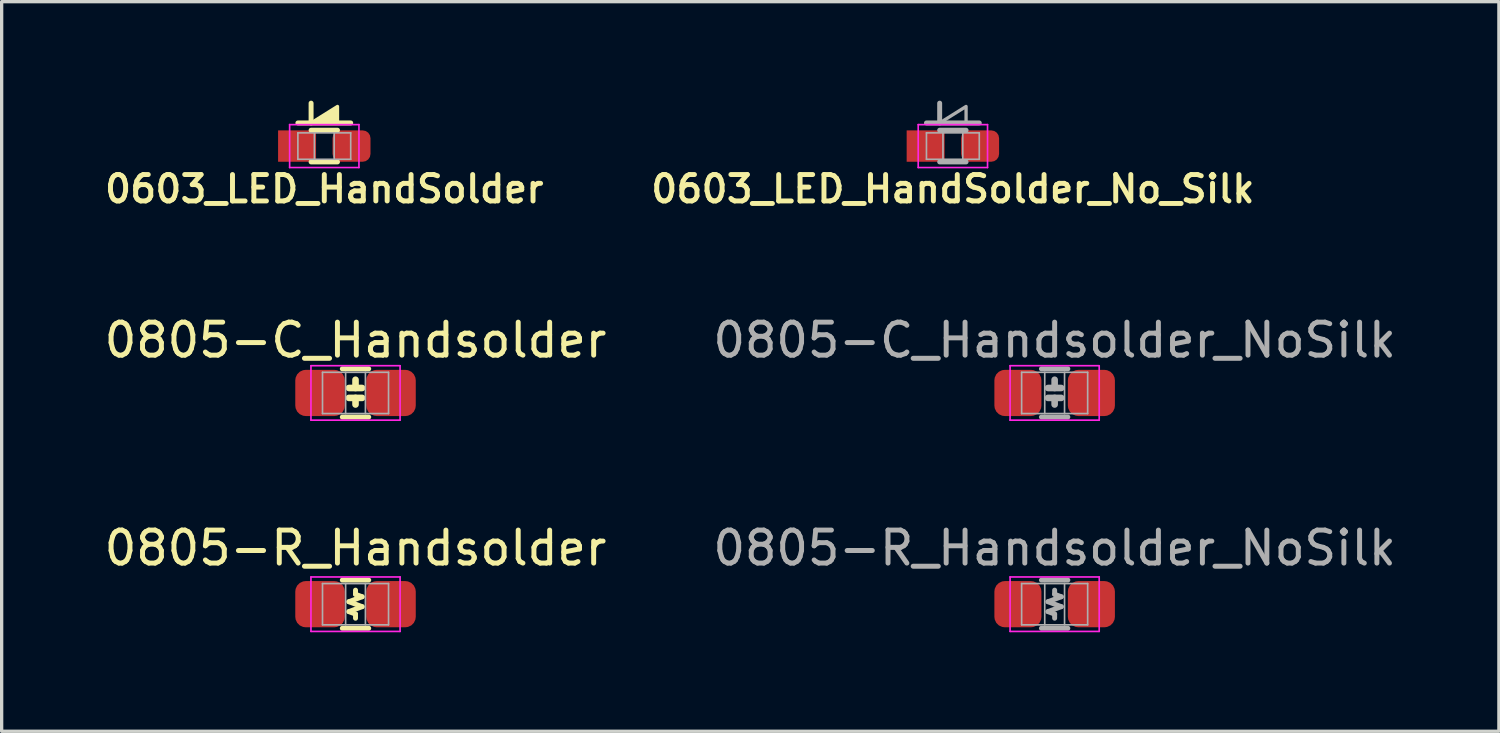
<source format=kicad_pcb>
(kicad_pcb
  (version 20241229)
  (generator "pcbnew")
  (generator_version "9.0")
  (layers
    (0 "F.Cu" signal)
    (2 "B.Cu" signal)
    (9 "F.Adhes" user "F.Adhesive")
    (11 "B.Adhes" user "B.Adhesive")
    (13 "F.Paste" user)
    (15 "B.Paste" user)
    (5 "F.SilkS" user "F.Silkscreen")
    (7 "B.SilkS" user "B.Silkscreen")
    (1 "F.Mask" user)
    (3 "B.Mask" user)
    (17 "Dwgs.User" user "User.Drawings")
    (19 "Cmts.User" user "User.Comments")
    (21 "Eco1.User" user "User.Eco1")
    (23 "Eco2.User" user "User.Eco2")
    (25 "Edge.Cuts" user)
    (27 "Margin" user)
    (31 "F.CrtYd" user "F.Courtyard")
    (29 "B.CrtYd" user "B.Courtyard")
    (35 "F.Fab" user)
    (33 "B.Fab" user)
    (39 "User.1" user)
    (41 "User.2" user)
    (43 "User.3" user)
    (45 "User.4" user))
  (footprint "0805-C_Handsolder_NoSilk"
    (layer "F.Cu")
    (at 28.899 8.854)
    (property "Reference" "0805-C_Handsolder_NoSilk" (at 0 -1.6 0) (layer "F.Fab") (effects (font (size 1 1) (thickness 0.15))))
    (attr smd)
    (fp_line (start -1.35 -0.825) (end -1.35 0.825) (stroke (width 0.05) (type solid)) (layer "F.CrtYd"))
    (fp_line (start -1.35 -0.825) (end 1.35 -0.825) (stroke (width 0.05) (type solid)) (layer "F.CrtYd"))
    (fp_line (start 1.35 -0.825) (end 1.35 0.825) (stroke (width 0.05) (type solid)) (layer "F.CrtYd"))
    (fp_line (start 1.35 0.825) (end -1.35 0.825) (stroke (width 0.05) (type solid)) (layer "F.CrtYd"))
    (fp_line (start -1 -0.625) (end 1 -0.625) (stroke (width 0.05) (type solid)) (layer "F.Fab"))
    (fp_line (start -1 0.625) (end -1 -0.625) (stroke (width 0.05) (type solid)) (layer "F.Fab"))
    (fp_line (start -0.4 -0.73) (end 0.4 -0.73) (stroke (width 0.15) (type solid)) (layer "F.Fab"))
    (fp_line (start -0.4 0.73) (end 0.4 0.73) (stroke (width 0.15) (type solid)) (layer "F.Fab"))
    (fp_line (start -0.3 -0.625) (end -0.3 0.625) (stroke (width 0.05) (type solid)) (layer "F.Fab"))
    (fp_line (start 0 -0.15) (end 0 -0.4) (stroke (width 0.2) (type solid)) (layer "F.Fab"))
    (fp_line (start 0 0.15) (end 0 0.35) (stroke (width 0.2) (type solid)) (layer "F.Fab"))
    (fp_line (start 0.2 -0.15) (end -0.2 -0.15) (stroke (width 0.2) (type solid)) (layer "F.Fab"))
    (fp_line (start 0.2 0.15) (end -0.2 0.15) (stroke (width 0.2) (type solid)) (layer "F.Fab"))
    (fp_line (start 0.3 0.625) (end 0.3 -0.625) (stroke (width 0.05) (type solid)) (layer "F.Fab"))
    (fp_line (start 1 -0.625) (end 1 0.625) (stroke (width 0.05) (type solid)) (layer "F.Fab"))
    (fp_line (start 1 0.625) (end -1 0.625) (stroke (width 0.05) (type solid)) (layer "F.Fab"))
    (pad "1" smd roundrect (at -1.113 0) (size 1.425 1.4) (layers "F.Cu" "F.Mask" "F.Paste") (roundrect_rratio 0.227))
    (pad "2" smd roundrect (at 1.113 0) (size 1.425 1.4) (layers "F.Cu" "F.Mask" "F.Paste") (roundrect_rratio 0.227)))
  (footprint "0805-C_Handsolder"
    (layer "F.Cu")
    (at 7.72 8.854)
    (property "Reference" "0805-C_Handsolder" (at 0 -1.6 0) (layer "F.SilkS") (effects (font (size 1 1) (thickness 0.15))))
    (attr smd)
    (fp_line (start -0.4 -0.73) (end 0.4 -0.73) (stroke (width 0.15) (type solid)) (layer "F.SilkS"))
    (fp_line (start -0.4 0.73) (end 0.4 0.73) (stroke (width 0.15) (type solid)) (layer "F.SilkS"))
    (fp_line (start 0 -0.15) (end 0 -0.4) (stroke (width 0.2) (type solid)) (layer "F.SilkS"))
    (fp_line (start 0 0.15) (end 0 0.35) (stroke (width 0.2) (type solid)) (layer "F.SilkS"))
    (fp_line (start 0.2 -0.15) (end -0.2 -0.15) (stroke (width 0.2) (type solid)) (layer "F.SilkS"))
    (fp_line (start 0.2 0.15) (end -0.2 0.15) (stroke (width 0.2) (type solid)) (layer "F.SilkS"))
    (fp_line (start -1.35 -0.825) (end -1.35 0.825) (stroke (width 0.05) (type solid)) (layer "F.CrtYd"))
    (fp_line (start -1.35 -0.825) (end 1.35 -0.825) (stroke (width 0.05) (type solid)) (layer "F.CrtYd"))
    (fp_line (start 1.35 -0.825) (end 1.35 0.825) (stroke (width 0.05) (type solid)) (layer "F.CrtYd"))
    (fp_line (start 1.35 0.825) (end -1.35 0.825) (stroke (width 0.05) (type solid)) (layer "F.CrtYd"))
    (fp_line (start -1 -0.625) (end 1 -0.625) (stroke (width 0.05) (type solid)) (layer "F.Fab"))
    (fp_line (start -1 0.625) (end -1 -0.625) (stroke (width 0.05) (type solid)) (layer "F.Fab"))
    (fp_line (start -0.3 -0.625) (end -0.3 0.625) (stroke (width 0.05) (type solid)) (layer "F.Fab"))
    (fp_line (start 0.3 0.625) (end 0.3 -0.625) (stroke (width 0.05) (type solid)) (layer "F.Fab"))
    (fp_line (start 1 -0.625) (end 1 0.625) (stroke (width 0.05) (type solid)) (layer "F.Fab"))
    (fp_line (start 1 0.625) (end -1 0.625) (stroke (width 0.05) (type solid)) (layer "F.Fab"))
    (pad "1" smd roundrect (at -1.075 0) (size 1.5 1.4) (layers "F.Cu" "F.Mask" "F.Paste") (roundrect_rratio 0.227))
    (pad "2" smd roundrect (at 1.075 0) (size 1.5 1.4) (layers "F.Cu" "F.Mask" "F.Paste") (roundrect_rratio 0.227)))
  (footprint "0603_LED_HandSolder_No_Silk"
    (layer "F.Cu")
    (at 25.816 1.375)
    (property "Reference" "0603_LED_HandSolder_No_Silk" (at 0 1.3 0) (layer "F.SilkS") (effects (font (size 0.8 0.8) (thickness 0.15))))
    (attr smd)
    (fp_line (start -1.05 -0.65) (end -1.05 0.65) (stroke (width 0.05) (type solid)) (layer "F.CrtYd"))
    (fp_line (start -1.05 -0.65) (end 1.05 -0.65) (stroke (width 0.05) (type solid)) (layer "F.CrtYd"))
    (fp_line (start 1.05 -0.65) (end 1.05 0.65) (stroke (width 0.05) (type solid)) (layer "F.CrtYd"))
    (fp_line (start 1.05 0.65) (end -1.05 0.65) (stroke (width 0.05) (type solid)) (layer "F.CrtYd"))
    (fp_line (start -0.8 -0.4) (end -0.8 0.4) (stroke (width 0.05) (type solid)) (layer "F.Fab"))
    (fp_line (start -0.8 0.4) (end 0.8 0.4) (stroke (width 0.05) (type solid)) (layer "F.Fab"))
    (fp_line (start -0.4 -0.7) (end -0.4 -1.3) (stroke (width 0.15) (type solid)) (layer "F.Fab"))
    (fp_line (start -0.4 -0.48) (end 0.4 -0.48) (stroke (width 0.15) (type solid)) (layer "F.Fab"))
    (fp_line (start -0.4 0.48) (end 0.4 0.48) (stroke (width 0.15) (type solid)) (layer "F.Fab"))
    (fp_line (start -0.3 -0.4) (end -0.3 0.4) (stroke (width 0.05) (type solid)) (layer "F.Fab"))
    (fp_line (start 0.3 -0.4) (end 0.3 0.4) (stroke (width 0.05) (type solid)) (layer "F.Fab"))
    (fp_line (start 0.8 -0.7) (end -0.8 -0.7) (stroke (width 0.15) (type solid)) (layer "F.Fab"))
    (fp_line (start 0.8 -0.4) (end -0.8 -0.4) (stroke (width 0.05) (type solid)) (layer "F.Fab"))
    (fp_line (start 0.8 0.4) (end 0.8 -0.4) (stroke (width 0.05) (type solid)) (layer "F.Fab"))
    (fp_poly (pts (xy -0.4 -0.7) (xy 0.4 -1.2) (xy 0.4 -0.7)) (stroke (width 0.1) (type solid)) (fill no) (layer "F.Fab"))
    (pad "A" smd roundrect (at 0.825 0) (size 1.15 0.95) (layers "F.Cu" "F.Mask" "F.Paste") (roundrect_rratio 0.25))
    (pad "K" smd rect (at -0.825 0) (size 1.15 0.95) (layers "F.Cu" "F.Mask" "F.Paste")))
  (footprint "0805-R_Handsolder"
    (layer "F.Cu")
    (at 7.72 15.253)
    (property "Reference" "0805-R_Handsolder" (at 0 -1.7 0) (layer "F.SilkS") (effects (font (size 1 1) (thickness 0.15))))
    (attr smd)
    (fp_line (start -0.4 -0.73) (end 0.4 -0.73) (stroke (width 0.15) (type solid)) (layer "F.SilkS"))
    (fp_line (start -0.4 0.73) (end 0.4 0.73) (stroke (width 0.15) (type solid)) (layer "F.SilkS"))
    (fp_line (start 0 -0.425) (end 0 -0.3) (stroke (width 0.15) (type solid)) (layer "F.SilkS"))
    (fp_line (start 0 0.3) (end -0.2 0.225) (stroke (width 0.15) (type solid)) (layer "F.SilkS"))
    (fp_line (start 0 0.425) (end 0 0.3) (stroke (width 0.15) (type solid)) (layer "F.SilkS"))
    (fp_line (start 0.2 -0.225) (end -0.2 -0.075) (stroke (width 0.15) (type solid)) (layer "F.SilkS"))
    (fp_line (start 0.2 -0.225) (end 0 -0.3) (stroke (width 0.15) (type solid)) (layer "F.SilkS"))
    (fp_line (start 0.2 0.075) (end -0.2 -0.075) (stroke (width 0.15) (type solid)) (layer "F.SilkS"))
    (fp_line (start 0.2 0.075) (end -0.2 0.225) (stroke (width 0.15) (type solid)) (layer "F.SilkS"))
    (fp_line (start -1.35 -0.825) (end -1.35 0.825) (stroke (width 0.05) (type solid)) (layer "F.CrtYd"))
    (fp_line (start -1.35 -0.825) (end 1.35 -0.825) (stroke (width 0.05) (type solid)) (layer "F.CrtYd"))
    (fp_line (start 1.35 -0.825) (end 1.35 0.825) (stroke (width 0.05) (type solid)) (layer "F.CrtYd"))
    (fp_line (start 1.35 0.825) (end -1.35 0.825) (stroke (width 0.05) (type solid)) (layer "F.CrtYd"))
    (fp_line (start -1 -0.625) (end 1 -0.625) (stroke (width 0.05) (type solid)) (layer "F.Fab"))
    (fp_line (start -1 0.625) (end -1 -0.625) (stroke (width 0.05) (type solid)) (layer "F.Fab"))
    (fp_line (start -0.3 -0.625) (end -0.3 0.625) (stroke (width 0.05) (type solid)) (layer "F.Fab"))
    (fp_line (start 0.3 0.625) (end 0.3 -0.625) (stroke (width 0.05) (type solid)) (layer "F.Fab"))
    (fp_line (start 1 -0.625) (end 1 0.625) (stroke (width 0.05) (type solid)) (layer "F.Fab"))
    (fp_line (start 1 0.625) (end -1 0.625) (stroke (width 0.05) (type solid)) (layer "F.Fab"))
    (pad "1" smd roundrect (at -1.075 0) (size 1.5 1.4) (layers "F.Cu" "F.Mask" "F.Paste") (roundrect_rratio 0.227))
    (pad "2" smd roundrect (at 1.075 0) (size 1.5 1.4) (layers "F.Cu" "F.Mask" "F.Paste") (roundrect_rratio 0.227)))
  (footprint "0603_LED_HandSolder"
    (layer "F.Cu")
    (at 6.774 1.375)
    (property "Reference" "0603_LED_HandSolder" (at 0 1.3 0) (layer "F.SilkS") (effects (font (size 0.8 0.8) (thickness 0.15))))
    (attr smd)
    (fp_line (start -0.4 -0.7) (end -0.4 -1.3) (stroke (width 0.15) (type solid)) (layer "F.SilkS"))
    (fp_line (start -0.4 -0.48) (end 0.4 -0.48) (stroke (width 0.15) (type solid)) (layer "F.SilkS"))
    (fp_line (start -0.4 0.48) (end 0.4 0.48) (stroke (width 0.15) (type solid)) (layer "F.SilkS"))
    (fp_line (start 0.8 -0.7) (end -0.8 -0.7) (stroke (width 0.15) (type solid)) (layer "F.SilkS"))
    (fp_poly (pts (xy -0.4 -0.7) (xy 0.4 -1.2) (xy 0.4 -0.7)) (stroke (width 0.1) (type solid)) (fill yes) (layer "F.SilkS"))
    (fp_line (start -1.05 -0.65) (end -1.05 0.65) (stroke (width 0.05) (type solid)) (layer "F.CrtYd"))
    (fp_line (start -1.05 -0.65) (end 1.05 -0.65) (stroke (width 0.05) (type solid)) (layer "F.CrtYd"))
    (fp_line (start 1.05 -0.65) (end 1.05 0.65) (stroke (width 0.05) (type solid)) (layer "F.CrtYd"))
    (fp_line (start 1.05 0.65) (end -1.05 0.65) (stroke (width 0.05) (type solid)) (layer "F.CrtYd"))
    (fp_line (start -0.8 -0.4) (end -0.8 0.4) (stroke (width 0.05) (type solid)) (layer "F.Fab"))
    (fp_line (start -0.8 0.4) (end 0.8 0.4) (stroke (width 0.05) (type solid)) (layer "F.Fab"))
    (fp_line (start -0.3 -0.4) (end -0.3 0.4) (stroke (width 0.05) (type solid)) (layer "F.Fab"))
    (fp_line (start 0.3 -0.4) (end 0.3 0.4) (stroke (width 0.05) (type solid)) (layer "F.Fab"))
    (fp_line (start 0.8 -0.4) (end -0.8 -0.4) (stroke (width 0.05) (type solid)) (layer "F.Fab"))
    (fp_line (start 0.8 0.4) (end 0.8 -0.4) (stroke (width 0.05) (type solid)) (layer "F.Fab"))
    (pad "A" smd roundrect (at 0.825 0) (size 1.15 0.95) (layers "F.Cu" "F.Mask" "F.Paste") (roundrect_rratio 0.25))
    (pad "K" smd rect (at -0.825 0) (size 1.15 0.95) (layers "F.Cu" "F.Mask" "F.Paste")))
  (footprint "0805-R_Handsolder_NoSilk"
    (layer "F.Cu")
    (at 28.899 15.253)
    (property "Reference" "0805-R_Handsolder_NoSilk" (at 0 -1.7 0) (layer "F.Fab") (effects (font (size 1 1) (thickness 0.15))))
    (attr smd)
    (fp_line (start -1.35 -0.825) (end -1.35 0.825) (stroke (width 0.05) (type solid)) (layer "F.CrtYd"))
    (fp_line (start -1.35 -0.825) (end 1.35 -0.825) (stroke (width 0.05) (type solid)) (layer "F.CrtYd"))
    (fp_line (start 1.35 -0.825) (end 1.35 0.825) (stroke (width 0.05) (type solid)) (layer "F.CrtYd"))
    (fp_line (start 1.35 0.825) (end -1.35 0.825) (stroke (width 0.05) (type solid)) (layer "F.CrtYd"))
    (fp_line (start -1 -0.625) (end 1 -0.625) (stroke (width 0.05) (type solid)) (layer "F.Fab"))
    (fp_line (start -1 0.625) (end -1 -0.625) (stroke (width 0.05) (type solid)) (layer "F.Fab"))
    (fp_line (start -0.4 -0.73) (end 0.4 -0.73) (stroke (width 0.15) (type solid)) (layer "F.Fab"))
    (fp_line (start -0.4 0.73) (end 0.4 0.73) (stroke (width 0.15) (type solid)) (layer "F.Fab"))
    (fp_line (start -0.3 -0.625) (end -0.3 0.625) (stroke (width 0.05) (type solid)) (layer "F.Fab"))
    (fp_line (start 0 -0.425) (end 0 -0.3) (stroke (width 0.15) (type solid)) (layer "F.Fab"))
    (fp_line (start 0 0.3) (end -0.2 0.225) (stroke (width 0.15) (type solid)) (layer "F.Fab"))
    (fp_line (start 0 0.425) (end 0 0.3) (stroke (width 0.15) (type solid)) (layer "F.Fab"))
    (fp_line (start 0.2 -0.225) (end -0.2 -0.075) (stroke (width 0.15) (type solid)) (layer "F.Fab"))
    (fp_line (start 0.2 -0.225) (end 0 -0.3) (stroke (width 0.15) (type solid)) (layer "F.Fab"))
    (fp_line (start 0.2 0.075) (end -0.2 -0.075) (stroke (width 0.15) (type solid)) (layer "F.Fab"))
    (fp_line (start 0.2 0.075) (end -0.2 0.225) (stroke (width 0.15) (type solid)) (layer "F.Fab"))
    (fp_line (start 0.3 0.625) (end 0.3 -0.625) (stroke (width 0.05) (type solid)) (layer "F.Fab"))
    (fp_line (start 1 -0.625) (end 1 0.625) (stroke (width 0.05) (type solid)) (layer "F.Fab"))
    (fp_line (start 1 0.625) (end -1 0.625) (stroke (width 0.05) (type solid)) (layer "F.Fab"))
    (pad "1" smd roundrect (at -1.113 0) (size 1.425 1.4) (layers "F.Cu" "F.Mask" "F.Paste") (roundrect_rratio 0.227))
    (pad "2" smd roundrect (at 1.113 0) (size 1.425 1.4) (layers "F.Cu" "F.Mask" "F.Paste") (roundrect_rratio 0.227)))
  (gr_rect
    (start -3 -3)
    (end 42.357 19.103)
    (stroke (width 0.1) (type default))
    (fill no)
    (layer "Edge.Cuts")))
</source>
